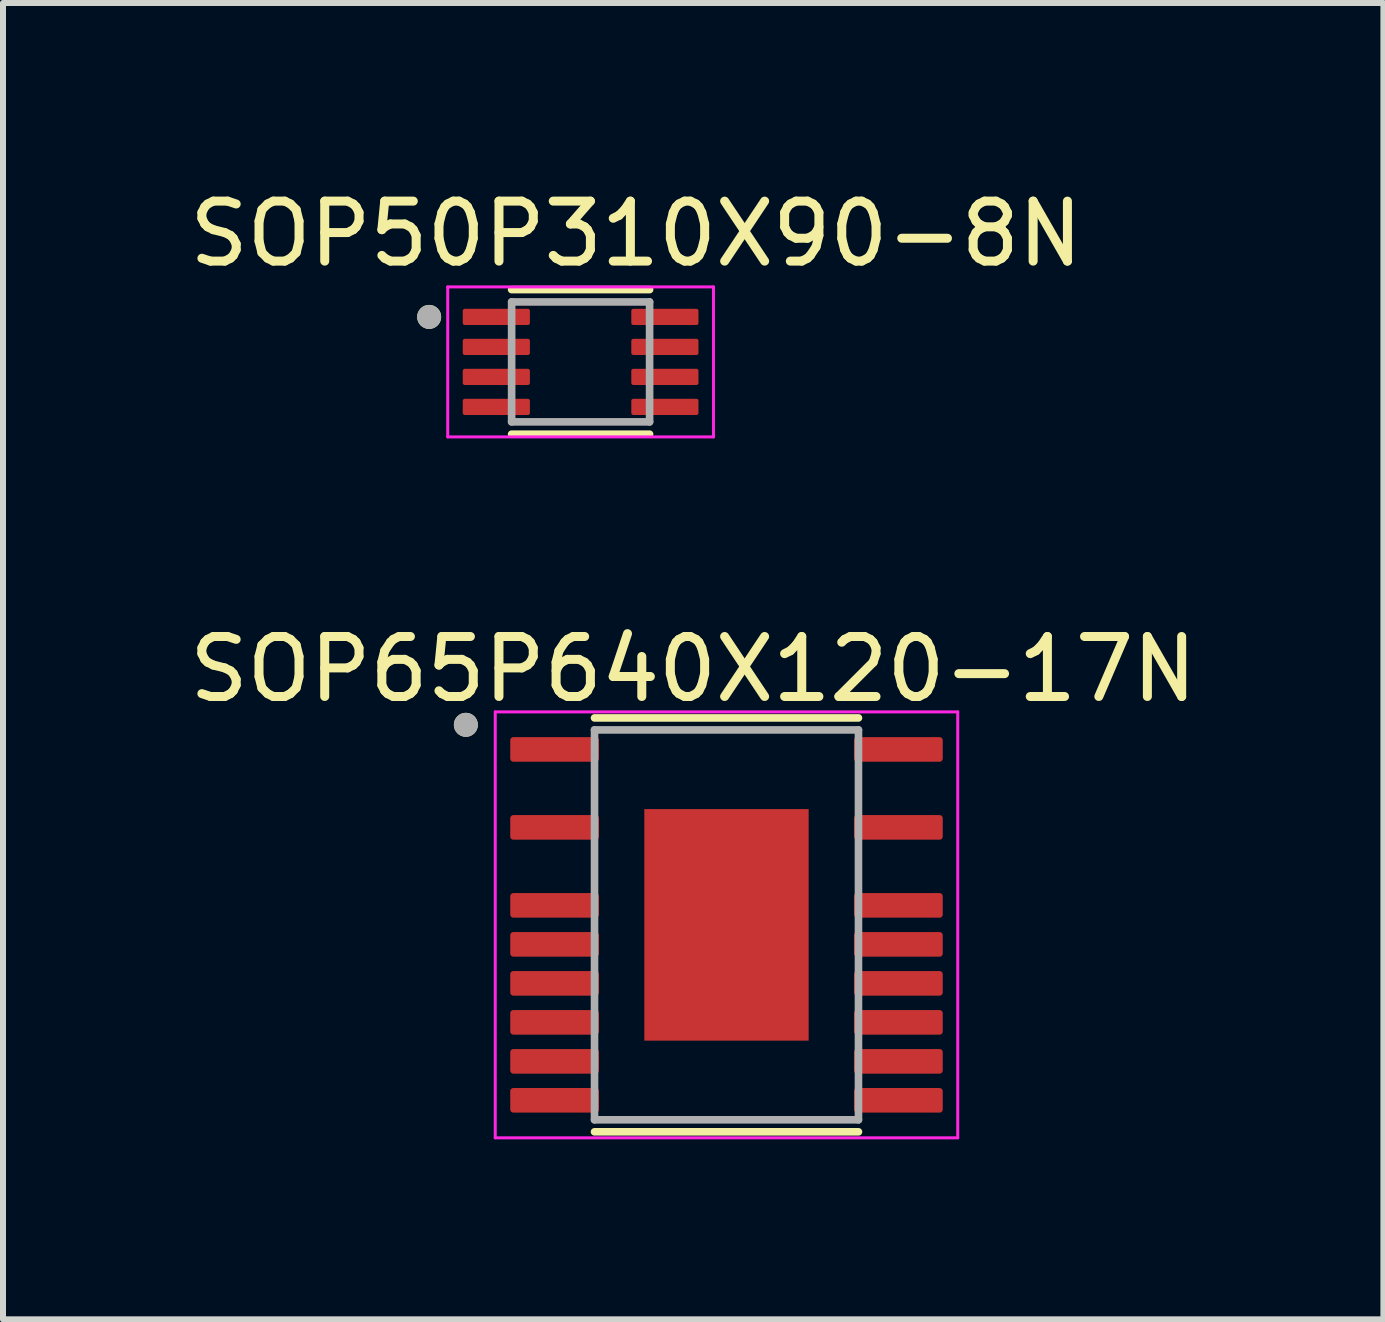
<source format=kicad_pcb>
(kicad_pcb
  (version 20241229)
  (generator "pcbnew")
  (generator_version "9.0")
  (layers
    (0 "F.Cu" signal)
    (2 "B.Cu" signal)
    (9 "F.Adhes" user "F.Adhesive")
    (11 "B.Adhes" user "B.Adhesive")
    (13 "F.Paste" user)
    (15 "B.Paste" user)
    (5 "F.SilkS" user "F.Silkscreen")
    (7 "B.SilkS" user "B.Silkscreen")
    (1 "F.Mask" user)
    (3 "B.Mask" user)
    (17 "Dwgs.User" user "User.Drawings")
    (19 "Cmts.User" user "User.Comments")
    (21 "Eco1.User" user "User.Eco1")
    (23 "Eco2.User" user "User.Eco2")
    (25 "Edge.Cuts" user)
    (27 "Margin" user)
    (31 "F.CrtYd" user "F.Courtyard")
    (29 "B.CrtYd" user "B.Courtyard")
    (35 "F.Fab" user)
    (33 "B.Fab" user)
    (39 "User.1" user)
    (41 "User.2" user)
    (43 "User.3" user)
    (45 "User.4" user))
  (footprint "SOP65P640X120-17N"
    (layer "F.Cu")
    (at 9.061 12.368)
    (property "Reference" "SOP65P640X120-17N" (at -0.555 -4.262 0) (layer "F.SilkS") (effects (font (size 1 1) (thickness 0.15))))
    (attr smd)
    (fp_line (start -2.2 -3.45) (end 2.2 -3.45) (stroke (width 0.127) (type solid)) (layer "F.SilkS"))
    (fp_line (start -2.2 3.45) (end 2.2 3.45) (stroke (width 0.127) (type solid)) (layer "F.SilkS"))
    (fp_circle (center -4.345 -3.335) (end -4.245 -3.335) (stroke (width 0.2) (type solid)) (fill no) (layer "F.SilkS"))
    (fp_poly (pts (xy -0.685 -0.965) (xy 0.685 -0.965) (xy 0.685 0.965) (xy -0.685 0.965)) (stroke (width 0.01) (type solid)) (fill yes) (layer "F.Paste"))
    (fp_line (start -3.855 -3.55) (end -3.855 3.55) (stroke (width 0.05) (type solid)) (layer "F.CrtYd"))
    (fp_line (start -3.855 -3.55) (end 3.855 -3.55) (stroke (width 0.05) (type solid)) (layer "F.CrtYd"))
    (fp_line (start -3.855 3.55) (end 3.855 3.55) (stroke (width 0.05) (type solid)) (layer "F.CrtYd"))
    (fp_line (start 3.855 -3.55) (end 3.855 3.55) (stroke (width 0.05) (type solid)) (layer "F.CrtYd"))
    (fp_line (start -2.2 -3.25) (end -2.2 3.25) (stroke (width 0.127) (type solid)) (layer "F.Fab"))
    (fp_line (start -2.2 -3.25) (end 2.2 -3.25) (stroke (width 0.127) (type solid)) (layer "F.Fab"))
    (fp_line (start -2.2 3.25) (end 2.2 3.25) (stroke (width 0.127) (type solid)) (layer "F.Fab"))
    (fp_line (start 2.2 -3.25) (end 2.2 3.25) (stroke (width 0.127) (type solid)) (layer "F.Fab"))
    (fp_circle (center -4.345 -3.335) (end -4.245 -3.335) (stroke (width 0.2) (type solid)) (fill no) (layer "F.Fab"))
    (pad "1" smd roundrect (at -2.865 -2.925) (size 1.48 0.41) (layers "F.Cu" "F.Mask" "F.Paste") (roundrect_rratio 0.125))
    (pad "3" smd roundrect (at -2.865 -1.625) (size 1.48 0.41) (layers "F.Cu" "F.Mask" "F.Paste") (roundrect_rratio 0.125))
    (pad "5" smd roundrect (at -2.865 -0.325) (size 1.48 0.41) (layers "F.Cu" "F.Mask" "F.Paste") (roundrect_rratio 0.125))
    (pad "6" smd roundrect (at -2.865 0.325) (size 1.48 0.41) (layers "F.Cu" "F.Mask" "F.Paste") (roundrect_rratio 0.125))
    (pad "7" smd roundrect (at -2.865 0.975) (size 1.48 0.41) (layers "F.Cu" "F.Mask" "F.Paste") (roundrect_rratio 0.125))
    (pad "8" smd roundrect (at -2.865 1.625) (size 1.48 0.41) (layers "F.Cu" "F.Mask" "F.Paste") (roundrect_rratio 0.125))
    (pad "9" smd roundrect (at -2.865 2.275) (size 1.48 0.41) (layers "F.Cu" "F.Mask" "F.Paste") (roundrect_rratio 0.125))
    (pad "10" smd roundrect (at -2.865 2.925) (size 1.48 0.41) (layers "F.Cu" "F.Mask" "F.Paste") (roundrect_rratio 0.125))
    (pad "11" smd roundrect (at 2.865 2.925) (size 1.48 0.41) (layers "F.Cu" "F.Mask" "F.Paste") (roundrect_rratio 0.125))
    (pad "12" smd roundrect (at 2.865 2.275) (size 1.48 0.41) (layers "F.Cu" "F.Mask" "F.Paste") (roundrect_rratio 0.125))
    (pad "13" smd roundrect (at 2.865 1.625) (size 1.48 0.41) (layers "F.Cu" "F.Mask" "F.Paste") (roundrect_rratio 0.125))
    (pad "14" smd roundrect (at 2.865 0.975) (size 1.48 0.41) (layers "F.Cu" "F.Mask" "F.Paste") (roundrect_rratio 0.125))
    (pad "15" smd roundrect (at 2.865 0.325) (size 1.48 0.41) (layers "F.Cu" "F.Mask" "F.Paste") (roundrect_rratio 0.125))
    (pad "16" smd roundrect (at 2.865 -0.325) (size 1.48 0.41) (layers "F.Cu" "F.Mask" "F.Paste") (roundrect_rratio 0.125))
    (pad "18" smd roundrect (at 2.865 -1.625) (size 1.48 0.41) (layers "F.Cu" "F.Mask" "F.Paste") (roundrect_rratio 0.125))
    (pad "20" smd roundrect (at 2.865 -2.925) (size 1.48 0.41) (layers "F.Cu" "F.Mask" "F.Paste") (roundrect_rratio 0.125))
    (pad "21" smd rect (at 0 0) (size 2.74 3.86) (layers "F.Cu" "F.Mask")))
  (footprint "SOP50P310X90-8N"
    (layer "F.Cu")
    (at 6.629 2.983)
    (property "Reference" "SOP50P310X90-8N" (at 0.925 -2.135 0) (layer "F.SilkS") (effects (font (size 1 1) (thickness 0.15))))
    (attr smd)
    (fp_line (start -1.15 -1.205) (end 1.15 -1.205) (stroke (width 0.127) (type solid)) (layer "F.SilkS"))
    (fp_line (start -1.15 1.205) (end 1.15 1.205) (stroke (width 0.127) (type solid)) (layer "F.SilkS"))
    (fp_circle (center -2.525 -0.75) (end -2.425 -0.75) (stroke (width 0.2) (type solid)) (fill no) (layer "F.SilkS"))
    (fp_line (start -2.215 -1.25) (end -2.215 1.25) (stroke (width 0.05) (type solid)) (layer "F.CrtYd"))
    (fp_line (start -2.215 -1.25) (end 2.215 -1.25) (stroke (width 0.05) (type solid)) (layer "F.CrtYd"))
    (fp_line (start -2.215 1.25) (end 2.215 1.25) (stroke (width 0.05) (type solid)) (layer "F.CrtYd"))
    (fp_line (start 2.215 -1.25) (end 2.215 1.25) (stroke (width 0.05) (type solid)) (layer "F.CrtYd"))
    (fp_line (start -1.15 -1) (end -1.15 1) (stroke (width 0.127) (type solid)) (layer "F.Fab"))
    (fp_line (start -1.15 -1) (end 1.15 -1) (stroke (width 0.127) (type solid)) (layer "F.Fab"))
    (fp_line (start -1.15 1) (end 1.15 1) (stroke (width 0.127) (type solid)) (layer "F.Fab"))
    (fp_line (start 1.15 -1) (end 1.15 1) (stroke (width 0.127) (type solid)) (layer "F.Fab"))
    (fp_circle (center -2.525 -0.75) (end -2.425 -0.75) (stroke (width 0.2) (type solid)) (fill no) (layer "F.Fab"))
    (pad "1" smd roundrect (at -1.405 -0.75) (size 1.12 0.27) (layers "F.Cu" "F.Mask" "F.Paste") (roundrect_rratio 0.125))
    (pad "2" smd roundrect (at -1.405 -0.25) (size 1.12 0.27) (layers "F.Cu" "F.Mask" "F.Paste") (roundrect_rratio 0.125))
    (pad "3" smd roundrect (at -1.405 0.25) (size 1.12 0.27) (layers "F.Cu" "F.Mask" "F.Paste") (roundrect_rratio 0.125))
    (pad "4" smd roundrect (at -1.405 0.75) (size 1.12 0.27) (layers "F.Cu" "F.Mask" "F.Paste") (roundrect_rratio 0.125))
    (pad "5" smd roundrect (at 1.405 0.75) (size 1.12 0.27) (layers "F.Cu" "F.Mask" "F.Paste") (roundrect_rratio 0.125))
    (pad "6" smd roundrect (at 1.405 0.25) (size 1.12 0.27) (layers "F.Cu" "F.Mask" "F.Paste") (roundrect_rratio 0.125))
    (pad "7" smd roundrect (at 1.405 -0.25) (size 1.12 0.27) (layers "F.Cu" "F.Mask" "F.Paste") (roundrect_rratio 0.125))
    (pad "8" smd roundrect (at 1.405 -0.75) (size 1.12 0.27) (layers "F.Cu" "F.Mask" "F.Paste") (roundrect_rratio 0.125)))
  (gr_rect
    (start -3 -3)
    (end 20.012 18.944)
    (stroke (width 0.1) (type default))
    (fill no)
    (layer "Edge.Cuts")))
</source>
